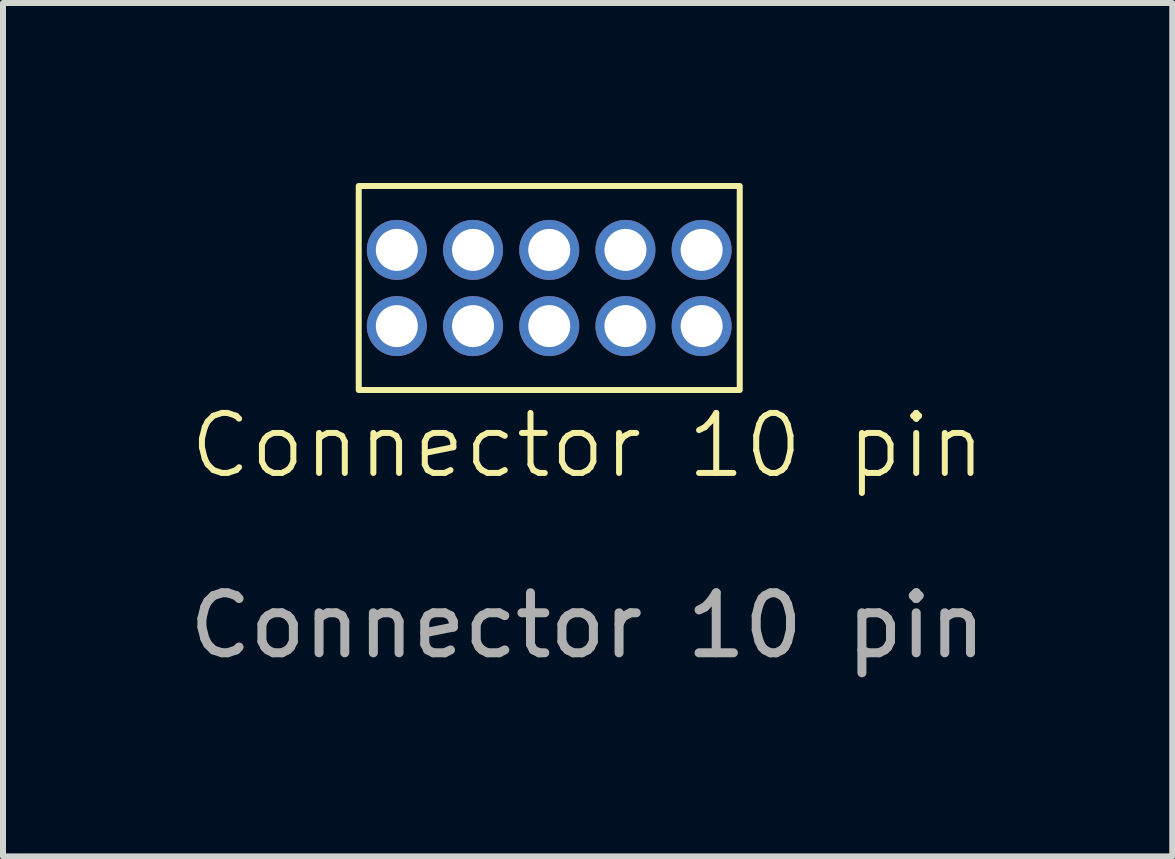
<source format=kicad_pcb>
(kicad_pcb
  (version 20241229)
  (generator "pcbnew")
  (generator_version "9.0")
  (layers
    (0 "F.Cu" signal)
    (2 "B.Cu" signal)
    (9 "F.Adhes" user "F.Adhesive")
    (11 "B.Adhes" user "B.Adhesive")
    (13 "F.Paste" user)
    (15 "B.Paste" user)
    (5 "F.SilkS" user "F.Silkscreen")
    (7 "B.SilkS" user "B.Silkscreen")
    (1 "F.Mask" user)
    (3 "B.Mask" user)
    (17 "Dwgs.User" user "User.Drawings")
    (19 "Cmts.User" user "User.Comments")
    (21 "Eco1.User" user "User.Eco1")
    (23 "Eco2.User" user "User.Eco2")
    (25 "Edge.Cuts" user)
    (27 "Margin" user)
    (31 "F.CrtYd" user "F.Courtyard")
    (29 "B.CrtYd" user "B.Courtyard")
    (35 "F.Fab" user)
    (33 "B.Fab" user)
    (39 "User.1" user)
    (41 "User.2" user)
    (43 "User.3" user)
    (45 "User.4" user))
  (footprint "Connector 10 pin"
    (layer "F.Cu")
    (at 3.564 2.385)
    (property "Reference" "Connector 10 pin" (at 3.18 1.99 0) (unlocked yes) (layer "F.SilkS") (effects (font (size 1 1) (thickness 0.1))))
    (attr smd)
    (fp_rect (start -0.635 1.065) (end 5.715 -2.335) (stroke (width 0.1) (type default)) (fill no) (layer "F.SilkS"))
    (fp_text user "${REFERENCE}" (at 3.18 4.99 0) (unlocked yes) (layer "F.Fab") (effects (font (size 1 1) (thickness 0.15))))
    (pad "1" thru_hole circle (at 0 0) (size 1 1) (drill 0.7) (layers "*.Cu" "*.Mask"))
    (pad "2" thru_hole oval (at 0 -1.27) (size 1 1) (drill oval 0.7) (layers "*.Cu" "*.Mask"))
    (pad "3" thru_hole circle (at 1.27 0) (size 1 1) (drill 0.7) (layers "*.Cu" "*.Mask"))
    (pad "4" thru_hole circle (at 1.27 -1.27) (size 1 1) (drill 0.7) (layers "*.Cu" "*.Mask"))
    (pad "5" thru_hole circle (at 2.54 0) (size 1 1) (drill 0.7) (layers "*.Cu" "*.Mask"))
    (pad "6" thru_hole circle (at 2.54 -1.27) (size 1 1) (drill 0.7) (layers "*.Cu" "*.Mask"))
    (pad "7" thru_hole circle (at 3.81 0) (size 1 1) (drill 0.7) (layers "*.Cu" "*.Mask"))
    (pad "8" thru_hole circle (at 3.81 -1.27) (size 1 1) (drill 0.7) (layers "*.Cu" "*.Mask"))
    (pad "9" thru_hole circle (at 5.08 0) (size 1 1) (drill 0.7) (layers "*.Cu" "*.Mask"))
    (pad "10" thru_hole circle (at 5.08 -1.27) (size 1 1) (drill 0.7) (layers "*.Cu" "*.Mask")))
  (gr_rect
    (start -3 -3)
    (end 16.488 11.223)
    (stroke (width 0.1) (type default))
    (fill no)
    (layer "Edge.Cuts")))
</source>
